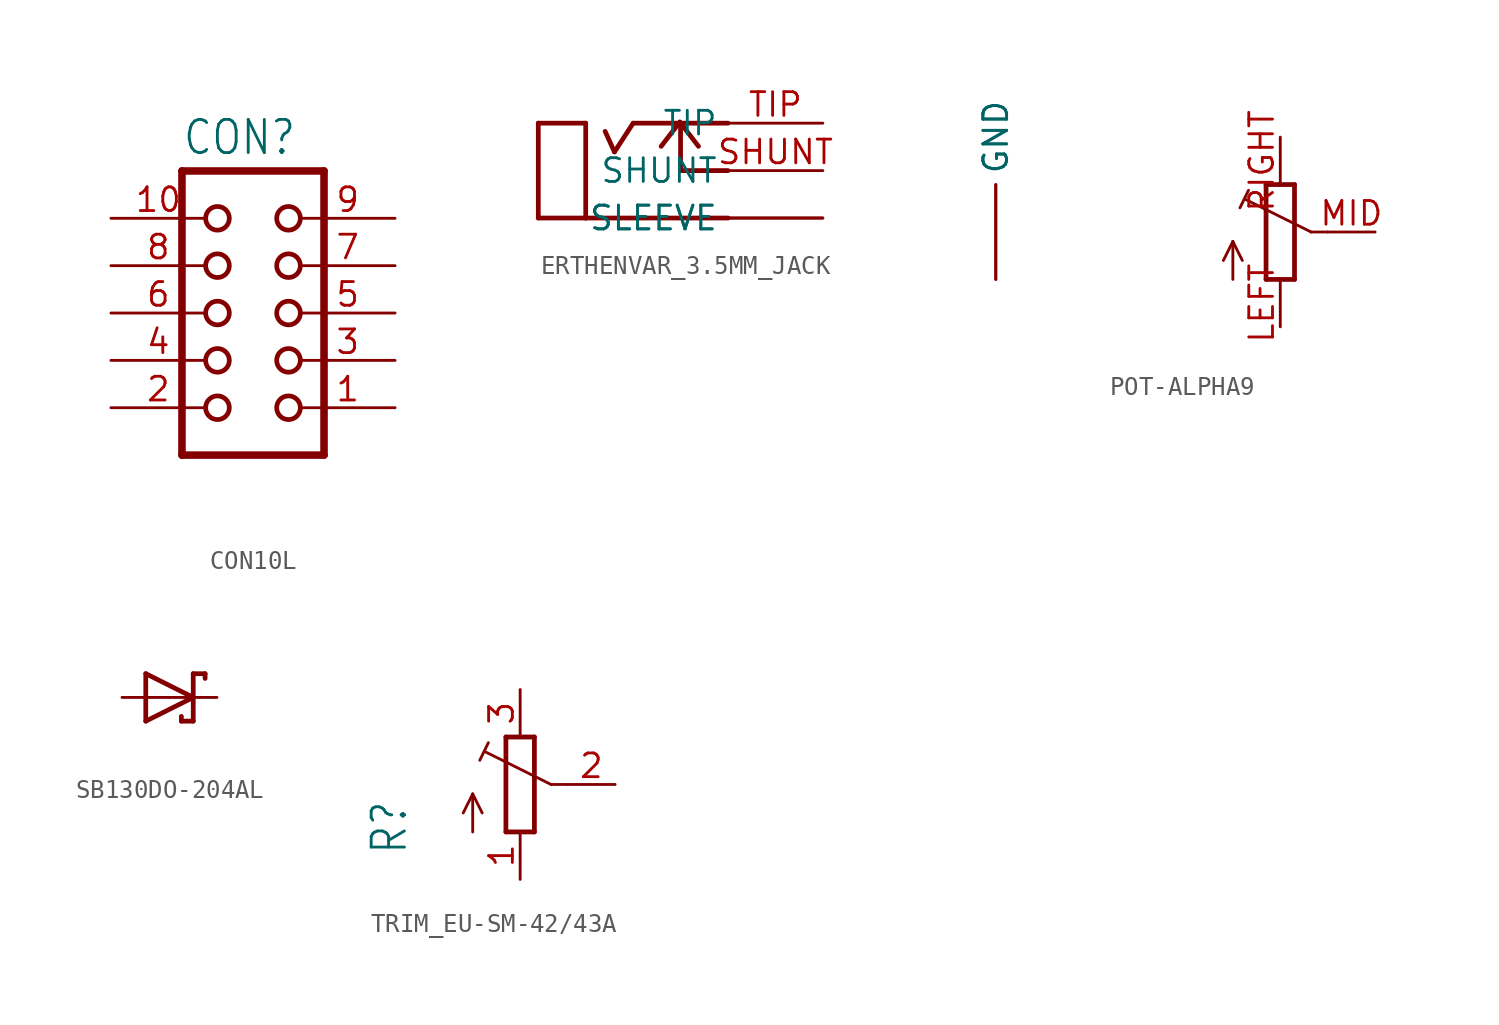
<source format=kicad_sym>
(kicad_symbol_lib
  (version 20231120)
  (generator "kicad_symbol_editor")
  (generator_version "8.0")
  (symbol "CON10L"
    (property "Reference" "CON"
      (at -3.81 8.382 0)
      (effects (font (size 1.778 1.511)) (justify left bottom)))
    (property "Value" ""
      (at -3.81 -10.16 0)
      (effects (font (size 1.778 1.511)) (justify left bottom)))
    (property "ki_locked" ""
      (at 0 0 0)
      (effects (font (size 1.27 1.27))))
    (symbol "CON10L_1_0"
      (circle (center -1.905 -5.08) (radius 0.635) (stroke (width 0.254) (type solid)) (fill (type none)))
      (circle (center -1.905 -2.54) (radius 0.635) (stroke (width 0.254) (type solid)) (fill (type none)))
      (circle (center -1.905 0) (radius 0.635) (stroke (width 0.254) (type solid)) (fill (type none)))
      (circle (center -1.905 2.54) (radius 0.635) (stroke (width 0.254) (type solid)) (fill (type none)))
      (circle (center -1.905 5.08) (radius 0.635) (stroke (width 0.254) (type solid)) (fill (type none)))
      (polyline (pts (xy -3.81 7.62) (xy -3.81 -7.62)) (stroke (width 0.406) (type solid)) (fill (type none)))
      (polyline (pts (xy -3.81 7.62) (xy 3.81 7.62)) (stroke (width 0.406) (type solid)) (fill (type none)))
      (polyline (pts (xy 3.81 -7.62) (xy -3.81 -7.62)) (stroke (width 0.406) (type solid)) (fill (type none)))
      (polyline (pts (xy 3.81 -7.62) (xy 3.81 7.62)) (stroke (width 0.406) (type solid)) (fill (type none)))
      (circle (center 1.905 -5.08) (radius 0.635) (stroke (width 0.254) (type solid)) (fill (type none)))
      (circle (center 1.905 -2.54) (radius 0.635) (stroke (width 0.254) (type solid)) (fill (type none)))
      (circle (center 1.905 0) (radius 0.635) (stroke (width 0.254) (type solid)) (fill (type none)))
      (circle (center 1.905 2.54) (radius 0.635) (stroke (width 0.254) (type solid)) (fill (type none)))
      (circle (center 1.905 5.08) (radius 0.635) (stroke (width 0.254) (type solid)) (fill (type none)))
      (pin passive line (at 7.62 -5.08 180) (length 5.08) (name "1" (effects (font (size 0 0)))) (number "1" (effects (font (size 1.27 1.27)))))
      (pin passive line (at -7.62 5.08 0) (length 5.08) (name "10" (effects (font (size 0 0)))) (number "10" (effects (font (size 1.27 1.27)))))
      (pin passive line (at -7.62 -5.08 0) (length 5.08) (name "2" (effects (font (size 0 0)))) (number "2" (effects (font (size 1.27 1.27)))))
      (pin passive line (at 7.62 -2.54 180) (length 5.08) (name "3" (effects (font (size 0 0)))) (number "3" (effects (font (size 1.27 1.27)))))
      (pin passive line (at -7.62 -2.54 0) (length 5.08) (name "4" (effects (font (size 0 0)))) (number "4" (effects (font (size 1.27 1.27)))))
      (pin passive line (at 7.62 0 180) (length 5.08) (name "5" (effects (font (size 0 0)))) (number "5" (effects (font (size 1.27 1.27)))))
      (pin passive line (at -7.62 0 0) (length 5.08) (name "6" (effects (font (size 0 0)))) (number "6" (effects (font (size 1.27 1.27)))))
      (pin passive line (at 7.62 2.54 180) (length 5.08) (name "7" (effects (font (size 0 0)))) (number "7" (effects (font (size 1.27 1.27)))))
      (pin passive line (at -7.62 2.54 0) (length 5.08) (name "8" (effects (font (size 0 0)))) (number "8" (effects (font (size 1.27 1.27)))))
      (pin passive line (at 7.62 5.08 180) (length 5.08) (name "9" (effects (font (size 0 0)))) (number "9" (effects (font (size 1.27 1.27)))))))
  (symbol "ERTHENVAR_3.5MM_JACK"
    (property "Reference" ""
      (at 0 0 0)
      (effects (font (size 1.27 1.27)) (hide yes)))
    (property "ki_locked" ""
      (at 0 0 0)
      (effects (font (size 1.27 1.27))))
    (symbol "ERTHENVAR_3.5MM_JACK_1_0"
      (polyline (pts (xy -5.08 -2.54) (xy -5.08 2.54)) (stroke (width 0.254) (type solid)) (fill (type none)))
      (polyline (pts (xy -5.08 -2.54) (xy -2.54 -2.54)) (stroke (width 0.254) (type solid)) (fill (type none)))
      (polyline (pts (xy -5.08 2.54) (xy -2.54 2.54)) (stroke (width 0.254) (type solid)) (fill (type none)))
      (polyline (pts (xy -2.54 -2.54) (xy 5.08 -2.54)) (stroke (width 0.254) (type solid)) (fill (type none)))
      (polyline (pts (xy -2.54 2.54) (xy -2.54 -2.54)) (stroke (width 0.254) (type solid)) (fill (type none)))
      (polyline (pts (xy -1 1) (xy -1.5 2.1)) (stroke (width 0.254) (type solid)) (fill (type none)))
      (polyline (pts (xy -1 1) (xy 0 2.54)) (stroke (width 0.254) (type solid)) (fill (type none)))
      (polyline (pts (xy 0 2.54) (xy 2.54 2.54)) (stroke (width 0.254) (type solid)) (fill (type none)))
      (polyline (pts (xy 2.5 2.6) (xy 1.5 1.3)) (stroke (width 0.254) (type solid)) (fill (type none)))
      (polyline (pts (xy 2.5 2.6) (xy 3.5 1.3)) (stroke (width 0.254) (type solid)) (fill (type none)))
      (polyline (pts (xy 2.54 0) (xy 2.54 2.54)) (stroke (width 0.254) (type solid)) (fill (type none)))
      (polyline (pts (xy 2.54 2.54) (xy 5.08 2.54)) (stroke (width 0.254) (type solid)) (fill (type none)))
      (polyline (pts (xy 5.08 0) (xy 2.54 0)) (stroke (width 0.254) (type solid)) (fill (type none)))
      (pin bidirectional line (at 10.16 -2.54 180) (length 5.08) (name "SLEEVE" (effects (font (size 1.27 1.27)))) (number "RING1" (effects (font (size 0 0)))))
      (pin bidirectional line (at 10.16 -2.54 180) (length 5.08) (name "SLEEVE" (effects (font (size 1.27 1.27)))) (number "RING2" (effects (font (size 0 0)))))
      (pin bidirectional line (at 10.16 0 180) (length 5.08) (name "SHUNT" (effects (font (size 1.27 1.27)))) (number "SHUNT" (effects (font (size 1.27 1.27)))))
      (pin bidirectional line (at 10.16 2.54 180) (length 5.08) (name "TIP" (effects (font (size 1.27 1.27)))) (number "TIP" (effects (font (size 1.27 1.27)))))))
  (symbol "POT-ALPHA9"
    (property "Reference" ""
      (at -5.969 -3.81 90)
      (effects (font (size 1.778 1.511)) (justify left bottom) (hide yes)))
    (property "Value" ""
      (at -3.81 -3.81 90)
      (effects (font (size 1.778 1.511)) (justify left bottom)))
    (property "ki_locked" ""
      (at 0 0 0)
      (effects (font (size 1.27 1.27))))
    (symbol "POT-ALPHA9_1_0"
      (polyline (pts (xy -2.54 -2.54) (xy -2.54 -0.508)) (stroke (width 0.152) (type solid)) (fill (type none)))
      (polyline (pts (xy -2.54 -0.508) (xy -3.048 -1.524)) (stroke (width 0.152) (type solid)) (fill (type none)))
      (polyline (pts (xy -2.54 -0.508) (xy -2.032 -1.524)) (stroke (width 0.152) (type solid)) (fill (type none)))
      (polyline (pts (xy -2.16 1.294) (xy -1.702 2.235)) (stroke (width 0.152) (type solid)) (fill (type none)))
      (polyline (pts (xy -0.762 -2.54) (xy 0.762 -2.54)) (stroke (width 0.254) (type solid)) (fill (type none)))
      (polyline (pts (xy -0.762 2.54) (xy -0.762 -2.54)) (stroke (width 0.254) (type solid)) (fill (type none)))
      (polyline (pts (xy 0.762 -2.54) (xy 0.762 2.54)) (stroke (width 0.254) (type solid)) (fill (type none)))
      (polyline (pts (xy 0.762 2.54) (xy -0.762 2.54)) (stroke (width 0.254) (type solid)) (fill (type none)))
      (polyline (pts (xy 1.651 0) (xy -1.88 1.753)) (stroke (width 0.152) (type solid)) (fill (type none)))
      (polyline (pts (xy 2.54 0) (xy 1.651 0)) (stroke (width 0.152) (type solid)) (fill (type none)))
      (pin bidirectional line (at -15.24 -2.54 90) (length 5.08) (name "GND" (effects (font (size 1.27 1.27)))) (number "GND$1" (effects (font (size 0 0)))))
      (pin bidirectional line (at -15.24 -2.54 90) (length 5.08) (name "GND" (effects (font (size 1.27 1.27)))) (number "GND$2" (effects (font (size 0 0)))))
      (pin passive line (at 0 -5.08 90) (length 2.54) (name "LEFT" (effects (font (size 0 0)))) (number "LEFT" (effects (font (size 1.27 1.27)))))
      (pin passive line (at 5.08 0 180) (length 2.54) (name "MID" (effects (font (size 0 0)))) (number "MID" (effects (font (size 1.27 1.27)))))
      (pin passive line (at 0 5.08 270) (length 2.54) (name "RIGHT" (effects (font (size 0 0)))) (number "RIGHT" (effects (font (size 1.27 1.27)))))))
  (symbol "SB130DO-204AL"
    (property "Reference" ""
      (at -2.286 1.905 0)
      (effects (font (size 1.778 1.511)) (justify left bottom) (hide yes)))
    (property "Value" ""
      (at -2.286 -3.429 0)
      (effects (font (size 1.778 1.511)) (justify left bottom)))
    (property "ki_locked" ""
      (at 0 0 0)
      (effects (font (size 1.27 1.27))))
    (symbol "SB130DO-204AL_1_0"
      (polyline (pts (xy -1.27 -1.27) (xy 1.27 0)) (stroke (width 0.254) (type solid)) (fill (type none)))
      (polyline (pts (xy -1.27 1.27) (xy -1.27 -1.27)) (stroke (width 0.254) (type solid)) (fill (type none)))
      (polyline (pts (xy 0.635 -1.016) (xy 0.635 -1.27)) (stroke (width 0.254) (type solid)) (fill (type none)))
      (polyline (pts (xy 1.27 -1.27) (xy 0.635 -1.27)) (stroke (width 0.254) (type solid)) (fill (type none)))
      (polyline (pts (xy 1.27 0) (xy -1.27 1.27)) (stroke (width 0.254) (type solid)) (fill (type none)))
      (polyline (pts (xy 1.27 0) (xy 1.27 -1.27)) (stroke (width 0.254) (type solid)) (fill (type none)))
      (polyline (pts (xy 1.27 1.27) (xy 1.27 0)) (stroke (width 0.254) (type solid)) (fill (type none)))
      (polyline (pts (xy 1.905 1.27) (xy 1.27 1.27)) (stroke (width 0.254) (type solid)) (fill (type none)))
      (polyline (pts (xy 1.905 1.27) (xy 1.905 1.016)) (stroke (width 0.254) (type solid)) (fill (type none)))
      (pin passive line (at -2.54 0 0) (length 2.54) (name "A" (effects (font (size 0 0)))) (number "A" (effects (font (size 0 0)))))
      (pin passive line (at 2.54 0 180) (length 2.54) (name "C" (effects (font (size 0 0)))) (number "C" (effects (font (size 0 0)))))))
  (symbol "TRIM_EU-SM-42/43A"
    (property "Reference" "R"
      (at -5.969 -3.81 90)
      (effects (font (size 1.778 1.511)) (justify left bottom)))
    (property "Value" ""
      (at -3.81 -3.81 90)
      (effects (font (size 1.778 1.511)) (justify left bottom)))
    (property "ki_locked" ""
      (at 0 0 0)
      (effects (font (size 1.27 1.27))))
    (symbol "TRIM_EU-SM-42/43A_1_0"
      (polyline (pts (xy -2.54 -2.54) (xy -2.54 -0.508)) (stroke (width 0.152) (type solid)) (fill (type none)))
      (polyline (pts (xy -2.54 -0.508) (xy -3.048 -1.524)) (stroke (width 0.152) (type solid)) (fill (type none)))
      (polyline (pts (xy -2.54 -0.508) (xy -2.032 -1.524)) (stroke (width 0.152) (type solid)) (fill (type none)))
      (polyline (pts (xy -2.16 1.294) (xy -1.702 2.235)) (stroke (width 0.152) (type solid)) (fill (type none)))
      (polyline (pts (xy -0.762 -2.54) (xy 0.762 -2.54)) (stroke (width 0.254) (type solid)) (fill (type none)))
      (polyline (pts (xy -0.762 2.54) (xy -0.762 -2.54)) (stroke (width 0.254) (type solid)) (fill (type none)))
      (polyline (pts (xy 0.762 -2.54) (xy 0.762 2.54)) (stroke (width 0.254) (type solid)) (fill (type none)))
      (polyline (pts (xy 0.762 2.54) (xy -0.762 2.54)) (stroke (width 0.254) (type solid)) (fill (type none)))
      (polyline (pts (xy 1.651 0) (xy -1.88 1.753)) (stroke (width 0.152) (type solid)) (fill (type none)))
      (polyline (pts (xy 2.54 0) (xy 1.651 0)) (stroke (width 0.152) (type solid)) (fill (type none)))
      (pin passive line (at 0 -5.08 90) (length 2.54) (name "A" (effects (font (size 0 0)))) (number "1" (effects (font (size 1.27 1.27)))))
      (pin passive line (at 5.08 0 180) (length 2.54) (name "S" (effects (font (size 0 0)))) (number "2" (effects (font (size 1.27 1.27)))))
      (pin passive line (at 0 5.08 270) (length 2.54) (name "E" (effects (font (size 0 0)))) (number "3" (effects (font (size 1.27 1.27))))))))
</source>
